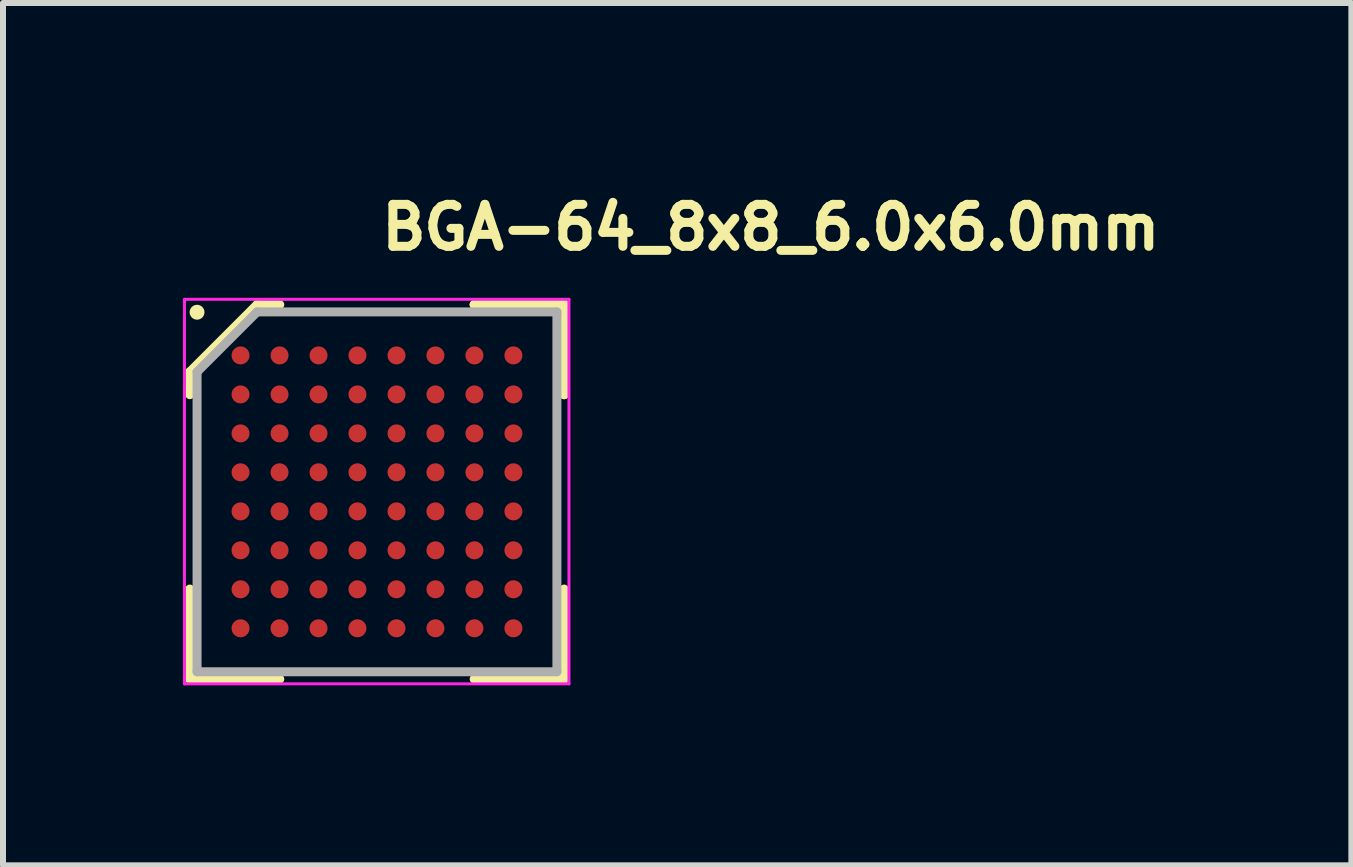
<source format=kicad_pcb>
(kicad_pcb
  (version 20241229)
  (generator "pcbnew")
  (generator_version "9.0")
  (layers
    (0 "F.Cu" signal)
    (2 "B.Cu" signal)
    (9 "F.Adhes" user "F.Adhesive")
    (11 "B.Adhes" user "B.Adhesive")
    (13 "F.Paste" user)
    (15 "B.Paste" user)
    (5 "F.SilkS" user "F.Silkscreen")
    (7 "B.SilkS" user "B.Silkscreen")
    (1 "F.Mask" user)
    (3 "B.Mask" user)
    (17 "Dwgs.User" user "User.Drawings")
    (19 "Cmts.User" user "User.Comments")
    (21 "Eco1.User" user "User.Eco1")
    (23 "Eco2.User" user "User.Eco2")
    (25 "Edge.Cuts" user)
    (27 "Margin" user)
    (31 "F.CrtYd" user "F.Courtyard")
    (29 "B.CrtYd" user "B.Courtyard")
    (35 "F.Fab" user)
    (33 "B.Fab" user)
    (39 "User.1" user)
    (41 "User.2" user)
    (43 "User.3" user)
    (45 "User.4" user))
  (footprint "BGA-64_8x8_6.0x6.0mm"
    (layer "F.Cu")
    (at 3.235 5.15)
    (property "Reference" "BGA-64_8x8_6.0x6.0mm" (at 0 -4 0) (layer "F.SilkS") (effects (font (size 0.7 0.7) (thickness 0.15)) (justify left bottom)))
    (attr smd)
    (fp_line (start -3.121 -2) (end -3.121 -1.621) (stroke (width 0.15) (type solid)) (layer "F.SilkS"))
    (fp_line (start -3.121 3.12) (end -3.121 1.62) (stroke (width 0.15) (type solid)) (layer "F.SilkS"))
    (fp_line (start -2 -3.121) (end -3.121 -2) (stroke (width 0.15) (type solid)) (layer "F.SilkS"))
    (fp_line (start -1.621 -3.121) (end -2 -3.121) (stroke (width 0.15) (type solid)) (layer "F.SilkS"))
    (fp_line (start -1.621 3.12) (end -3.121 3.12) (stroke (width 0.15) (type solid)) (layer "F.SilkS"))
    (fp_line (start 1.62 -3.121) (end 3.12 -3.121) (stroke (width 0.15) (type solid)) (layer "F.SilkS"))
    (fp_line (start 1.62 -3.121) (end 3.12 -3.121) (stroke (width 0.15) (type solid)) (layer "F.SilkS"))
    (fp_line (start 1.62 -3.121) (end 3.12 -3.121) (stroke (width 0.15) (type solid)) (layer "F.SilkS"))
    (fp_line (start 1.62 3.12) (end 3.12 3.12) (stroke (width 0.15) (type solid)) (layer "F.SilkS"))
    (fp_line (start 3.12 -3.121) (end 3.12 -1.621) (stroke (width 0.15) (type solid)) (layer "F.SilkS"))
    (fp_line (start 3.12 -3.121) (end 3.12 -1.621) (stroke (width 0.15) (type solid)) (layer "F.SilkS"))
    (fp_line (start 3.12 -3.121) (end 3.12 -1.621) (stroke (width 0.15) (type solid)) (layer "F.SilkS"))
    (fp_line (start 3.12 3.12) (end 3.12 1.62) (stroke (width 0.15) (type solid)) (layer "F.SilkS"))
    (fp_circle (center -3 -2.995) (end -2.951 -2.995) (stroke (width 0.15) (type solid)) (fill yes) (layer "F.SilkS"))
    (fp_line (start -3.21 -3.21) (end 3.2 -3.21) (stroke (width 0.05) (type solid)) (layer "F.CrtYd"))
    (fp_line (start -3.21 3.2) (end -3.21 -3.21) (stroke (width 0.05) (type solid)) (layer "F.CrtYd"))
    (fp_line (start 3.2 -3.21) (end 3.2 3.2) (stroke (width 0.05) (type solid)) (layer "F.CrtYd"))
    (fp_line (start 3.2 3.2) (end -3.21 3.2) (stroke (width 0.05) (type solid)) (layer "F.CrtYd"))
    (fp_line (start -3 -2) (end -3 2.999) (stroke (width 0.15) (type solid)) (layer "F.Fab"))
    (fp_line (start -3 2.999) (end 2.999 2.999) (stroke (width 0.15) (type solid)) (layer "F.Fab"))
    (fp_line (start -2 -3) (end -3 -2) (stroke (width 0.15) (type solid)) (layer "F.Fab"))
    (fp_line (start 2.999 -3) (end -2 -3) (stroke (width 0.15) (type solid)) (layer "F.Fab"))
    (fp_line (start 2.999 2.999) (end 2.999 -3) (stroke (width 0.15) (type solid)) (layer "F.Fab"))
    (pad "A1" smd circle (at -2.275 -2.275) (size 0.3 0.3) (layers "F.Cu" "F.Mask" "F.Paste"))
    (pad "A2" smd circle (at -1.625 -2.275) (size 0.3 0.3) (layers "F.Cu" "F.Mask" "F.Paste"))
    (pad "A3" smd circle (at -0.975 -2.275) (size 0.3 0.3) (layers "F.Cu" "F.Mask" "F.Paste"))
    (pad "A4" smd circle (at -0.326 -2.275) (size 0.3 0.3) (layers "F.Cu" "F.Mask" "F.Paste"))
    (pad "A5" smd circle (at 0.325 -2.275) (size 0.3 0.3) (layers "F.Cu" "F.Mask" "F.Paste"))
    (pad "A6" smd circle (at 0.974 -2.275) (size 0.3 0.3) (layers "F.Cu" "F.Mask" "F.Paste"))
    (pad "A7" smd circle (at 1.624 -2.275) (size 0.3 0.3) (layers "F.Cu" "F.Mask" "F.Paste"))
    (pad "A8" smd circle (at 2.274 -2.275) (size 0.3 0.3) (layers "F.Cu" "F.Mask" "F.Paste"))
    (pad "B1" smd circle (at -2.275 -1.625) (size 0.3 0.3) (layers "F.Cu" "F.Mask" "F.Paste"))
    (pad "B2" smd circle (at -1.625 -1.625) (size 0.3 0.3) (layers "F.Cu" "F.Mask" "F.Paste"))
    (pad "B3" smd circle (at -0.975 -1.625) (size 0.3 0.3) (layers "F.Cu" "F.Mask" "F.Paste"))
    (pad "B4" smd circle (at -0.326 -1.625) (size 0.3 0.3) (layers "F.Cu" "F.Mask" "F.Paste"))
    (pad "B5" smd circle (at 0.325 -1.625) (size 0.3 0.3) (layers "F.Cu" "F.Mask" "F.Paste"))
    (pad "B6" smd circle (at 0.974 -1.625) (size 0.3 0.3) (layers "F.Cu" "F.Mask" "F.Paste"))
    (pad "B7" smd circle (at 1.624 -1.625) (size 0.3 0.3) (layers "F.Cu" "F.Mask" "F.Paste"))
    (pad "B8" smd circle (at 2.274 -1.625) (size 0.3 0.3) (layers "F.Cu" "F.Mask" "F.Paste"))
    (pad "C1" smd circle (at -2.275 -0.975) (size 0.3 0.3) (layers "F.Cu" "F.Mask" "F.Paste"))
    (pad "C2" smd circle (at -1.625 -0.975) (size 0.3 0.3) (layers "F.Cu" "F.Mask" "F.Paste"))
    (pad "C3" smd circle (at -0.975 -0.975) (size 0.3 0.3) (layers "F.Cu" "F.Mask" "F.Paste"))
    (pad "C4" smd circle (at -0.326 -0.975) (size 0.3 0.3) (layers "F.Cu" "F.Mask" "F.Paste"))
    (pad "C5" smd circle (at 0.325 -0.975) (size 0.3 0.3) (layers "F.Cu" "F.Mask" "F.Paste"))
    (pad "C6" smd circle (at 0.974 -0.975) (size 0.3 0.3) (layers "F.Cu" "F.Mask" "F.Paste"))
    (pad "C7" smd circle (at 1.624 -0.975) (size 0.3 0.3) (layers "F.Cu" "F.Mask" "F.Paste"))
    (pad "C8" smd circle (at 2.274 -0.975) (size 0.3 0.3) (layers "F.Cu" "F.Mask" "F.Paste"))
    (pad "D1" smd circle (at -2.275 -0.326) (size 0.3 0.3) (layers "F.Cu" "F.Mask" "F.Paste"))
    (pad "D2" smd circle (at -1.625 -0.326) (size 0.3 0.3) (layers "F.Cu" "F.Mask" "F.Paste"))
    (pad "D3" smd circle (at -0.975 -0.326) (size 0.3 0.3) (layers "F.Cu" "F.Mask" "F.Paste"))
    (pad "D4" smd circle (at -0.326 -0.326) (size 0.3 0.3) (layers "F.Cu" "F.Mask" "F.Paste"))
    (pad "D5" smd circle (at 0.325 -0.326) (size 0.3 0.3) (layers "F.Cu" "F.Mask" "F.Paste"))
    (pad "D6" smd circle (at 0.974 -0.326) (size 0.3 0.3) (layers "F.Cu" "F.Mask" "F.Paste"))
    (pad "D7" smd circle (at 1.624 -0.326) (size 0.3 0.3) (layers "F.Cu" "F.Mask" "F.Paste"))
    (pad "D8" smd circle (at 2.274 -0.326) (size 0.3 0.3) (layers "F.Cu" "F.Mask" "F.Paste"))
    (pad "E1" smd circle (at -2.275 0.325) (size 0.3 0.3) (layers "F.Cu" "F.Mask" "F.Paste"))
    (pad "E2" smd circle (at -1.625 0.325) (size 0.3 0.3) (layers "F.Cu" "F.Mask" "F.Paste"))
    (pad "E3" smd circle (at -0.975 0.325) (size 0.3 0.3) (layers "F.Cu" "F.Mask" "F.Paste"))
    (pad "E4" smd circle (at -0.326 0.325) (size 0.3 0.3) (layers "F.Cu" "F.Mask" "F.Paste"))
    (pad "E5" smd circle (at 0.325 0.325) (size 0.3 0.3) (layers "F.Cu" "F.Mask" "F.Paste"))
    (pad "E6" smd circle (at 0.974 0.325) (size 0.3 0.3) (layers "F.Cu" "F.Mask" "F.Paste"))
    (pad "E7" smd circle (at 1.624 0.325) (size 0.3 0.3) (layers "F.Cu" "F.Mask" "F.Paste"))
    (pad "E8" smd circle (at 2.274 0.325) (size 0.3 0.3) (layers "F.Cu" "F.Mask" "F.Paste"))
    (pad "F1" smd circle (at -2.275 0.974) (size 0.3 0.3) (layers "F.Cu" "F.Mask" "F.Paste"))
    (pad "F2" smd circle (at -1.625 0.974) (size 0.3 0.3) (layers "F.Cu" "F.Mask" "F.Paste"))
    (pad "F3" smd circle (at -0.975 0.974) (size 0.3 0.3) (layers "F.Cu" "F.Mask" "F.Paste"))
    (pad "F4" smd circle (at -0.326 0.974) (size 0.3 0.3) (layers "F.Cu" "F.Mask" "F.Paste"))
    (pad "F5" smd circle (at 0.325 0.974) (size 0.3 0.3) (layers "F.Cu" "F.Mask" "F.Paste"))
    (pad "F6" smd circle (at 0.974 0.974) (size 0.3 0.3) (layers "F.Cu" "F.Mask" "F.Paste"))
    (pad "F7" smd circle (at 1.624 0.974) (size 0.3 0.3) (layers "F.Cu" "F.Mask" "F.Paste"))
    (pad "F8" smd circle (at 2.274 0.974) (size 0.3 0.3) (layers "F.Cu" "F.Mask" "F.Paste"))
    (pad "G1" smd circle (at -2.275 1.624) (size 0.3 0.3) (layers "F.Cu" "F.Mask" "F.Paste"))
    (pad "G2" smd circle (at -1.625 1.624) (size 0.3 0.3) (layers "F.Cu" "F.Mask" "F.Paste"))
    (pad "G3" smd circle (at -0.975 1.624) (size 0.3 0.3) (layers "F.Cu" "F.Mask" "F.Paste"))
    (pad "G4" smd circle (at -0.326 1.624) (size 0.3 0.3) (layers "F.Cu" "F.Mask" "F.Paste"))
    (pad "G5" smd circle (at 0.325 1.624) (size 0.3 0.3) (layers "F.Cu" "F.Mask" "F.Paste"))
    (pad "G6" smd circle (at 0.974 1.624) (size 0.3 0.3) (layers "F.Cu" "F.Mask" "F.Paste"))
    (pad "G7" smd circle (at 1.624 1.624) (size 0.3 0.3) (layers "F.Cu" "F.Mask" "F.Paste"))
    (pad "G8" smd circle (at 2.274 1.624) (size 0.3 0.3) (layers "F.Cu" "F.Mask" "F.Paste"))
    (pad "H1" smd circle (at -2.275 2.274) (size 0.3 0.3) (layers "F.Cu" "F.Mask" "F.Paste"))
    (pad "H2" smd circle (at -1.625 2.274) (size 0.3 0.3) (layers "F.Cu" "F.Mask" "F.Paste"))
    (pad "H3" smd circle (at -0.975 2.274) (size 0.3 0.3) (layers "F.Cu" "F.Mask" "F.Paste"))
    (pad "H4" smd circle (at -0.326 2.274) (size 0.3 0.3) (layers "F.Cu" "F.Mask" "F.Paste"))
    (pad "H5" smd circle (at 0.325 2.274) (size 0.3 0.3) (layers "F.Cu" "F.Mask" "F.Paste"))
    (pad "H6" smd circle (at 0.974 2.274) (size 0.3 0.3) (layers "F.Cu" "F.Mask" "F.Paste"))
    (pad "H7" smd circle (at 1.624 2.274) (size 0.3 0.3) (layers "F.Cu" "F.Mask" "F.Paste"))
    (pad "H8" smd circle (at 2.274 2.274) (size 0.3 0.3) (layers "F.Cu" "F.Mask" "F.Paste")))
  (gr_rect
    (start -3 -3)
    (end 19.478 11.375)
    (stroke (width 0.1) (type default))
    (fill no)
    (layer "Edge.Cuts")))
</source>
